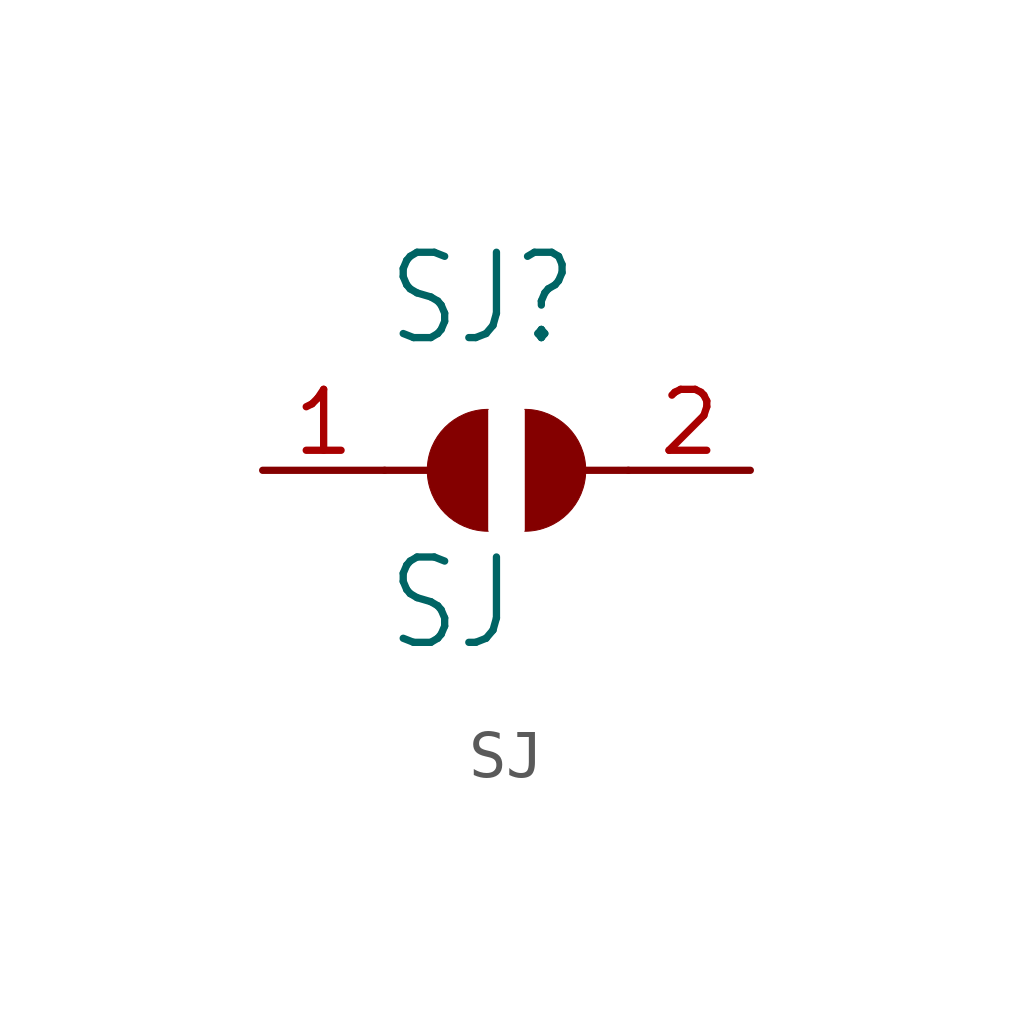
<source format=kicad_sym>
(kicad_symbol_lib
  (version 20211014)
  (generator kicad_symbol_editor)
  (symbol "SJ"
    (property "Reference" "SJ"
      (at -2.54 2.54 0)
      (effects (font (size 1.778 1.511)) (justify left bottom)))
    (property "Value" "SJ"
      (at -2.54 -3.81 0)
      (effects (font (size 1.778 1.511)) (justify left bottom)))
    (property "ki_locked" ""
      (at 0 0 0)
      (effects (font (size 1.27 1.27))))
    (symbol "SJ_1_0"
      (arc (start -0.381 1.2699) (mid -1.6508 0) (end -0.381 -1.2699) (stroke (width 0.0001) (type default) (color 0 0 0 0)) (fill (type outline)))
      (polyline (pts (xy -2.54 0) (xy -1.651 0)) (stroke (width 0.152) (type default) (color 0 0 0 0)) (fill (type none)))
      (polyline (pts (xy 2.54 0) (xy 1.651 0)) (stroke (width 0.152) (type default) (color 0 0 0 0)) (fill (type none)))
      (arc (start 0.381 -1.2699) (mid 1.6508 0) (end 0.381 1.2699) (stroke (width 0.0001) (type default) (color 0 0 0 0)) (fill (type outline)))
      (pin passive line (at -5.08 0 0) (length 2.54) (name "1" (effects (font (size 0 0)))) (number "1" (effects (font (size 1.27 1.27)))))
      (pin passive line (at 5.08 0 180) (length 2.54) (name "2" (effects (font (size 0 0)))) (number "2" (effects (font (size 1.27 1.27))))))))
</source>
